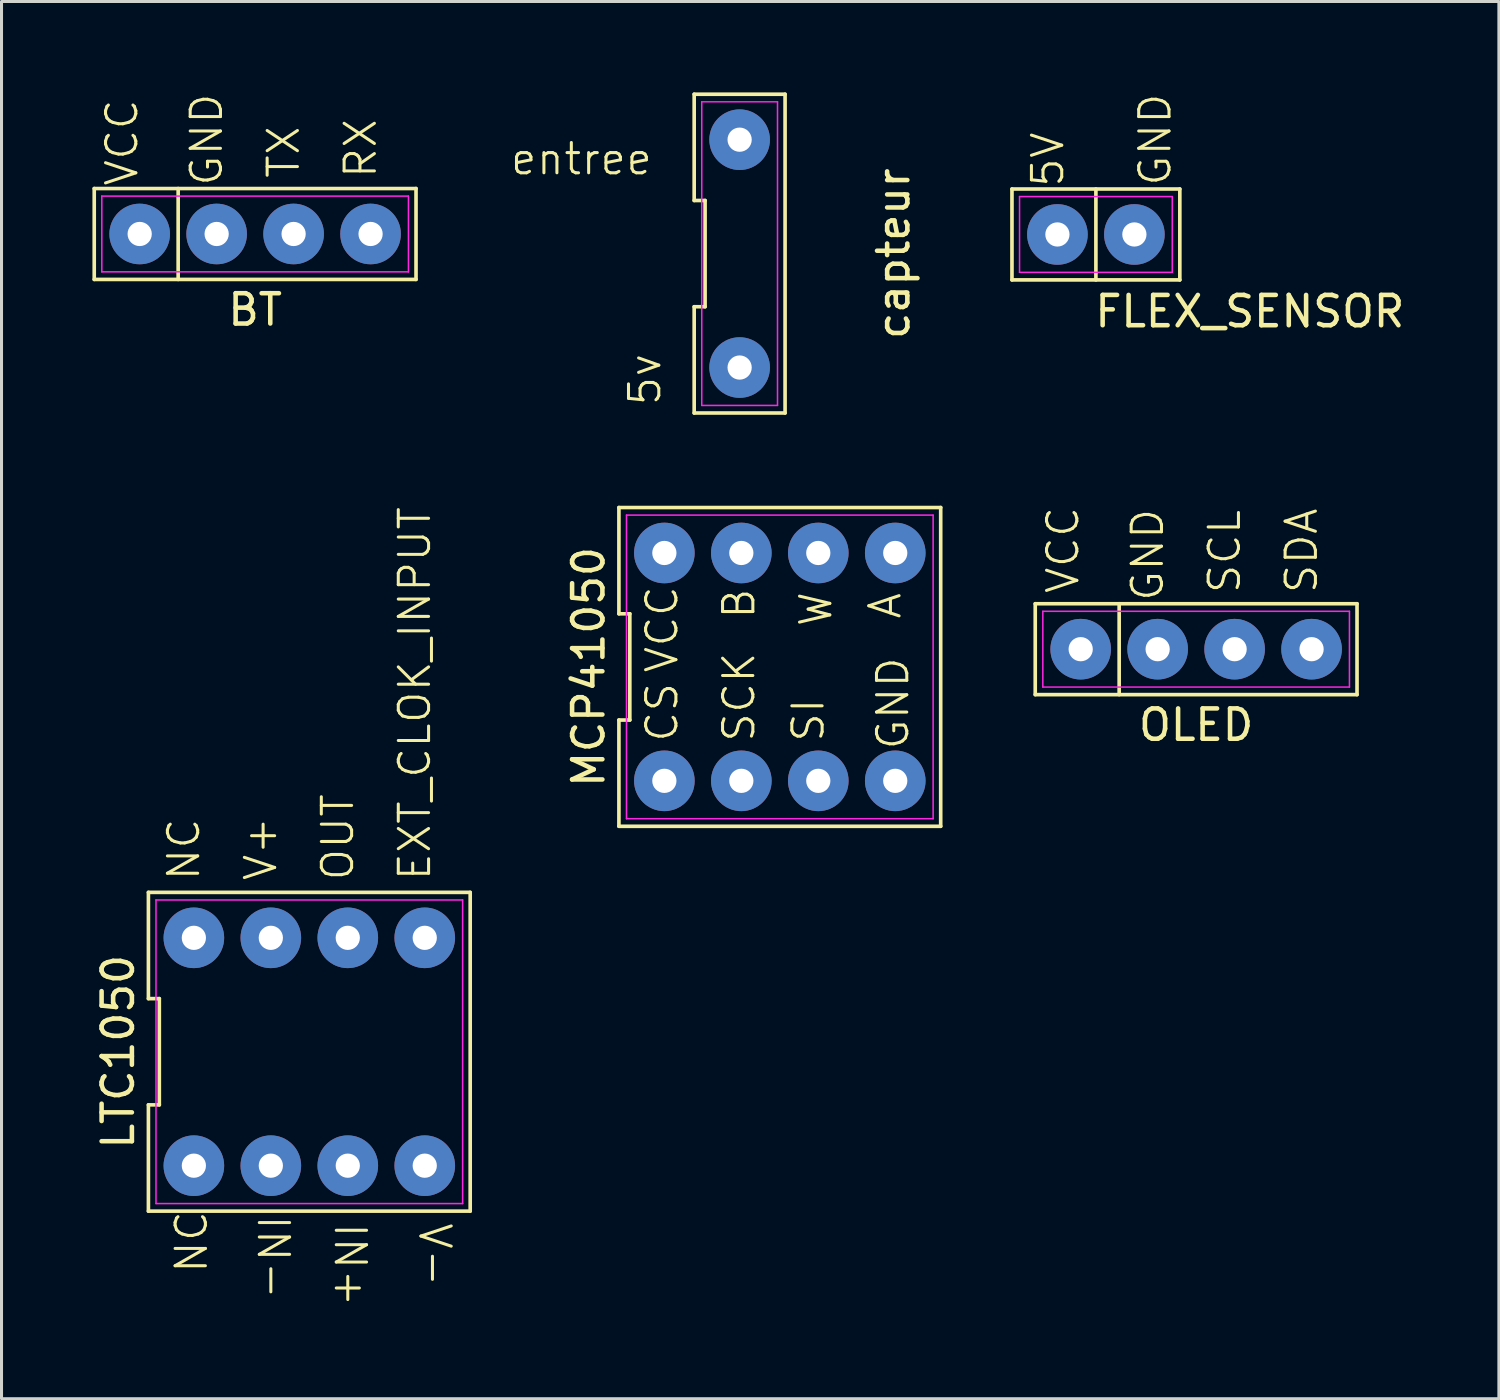
<source format=kicad_pcb>
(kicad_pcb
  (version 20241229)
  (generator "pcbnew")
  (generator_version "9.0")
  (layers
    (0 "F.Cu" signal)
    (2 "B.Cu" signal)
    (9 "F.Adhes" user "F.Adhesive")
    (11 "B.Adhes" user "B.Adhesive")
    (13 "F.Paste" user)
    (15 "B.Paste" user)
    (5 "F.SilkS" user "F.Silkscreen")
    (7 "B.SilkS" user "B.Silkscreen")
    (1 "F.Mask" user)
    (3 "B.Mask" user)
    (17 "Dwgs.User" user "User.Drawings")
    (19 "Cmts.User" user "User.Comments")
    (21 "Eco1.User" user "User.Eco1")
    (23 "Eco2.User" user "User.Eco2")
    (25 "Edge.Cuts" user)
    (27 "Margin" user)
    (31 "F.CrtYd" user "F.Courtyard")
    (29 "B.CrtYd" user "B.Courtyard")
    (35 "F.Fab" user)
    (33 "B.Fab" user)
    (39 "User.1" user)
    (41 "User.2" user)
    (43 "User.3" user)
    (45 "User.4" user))
  (footprint "LTC1050"
    (layer "F.Cu")
    (at 7.158 31.661)
    (property "Reference" "LTC1050" (at -6.31 0 90) (layer "F.SilkS") (effects (font (size 1 1) (thickness 0.15))))
    (attr through_hole)
    (fp_line (start -5.31 -5.26) (end -5.31 -1.753) (stroke (width 0.12) (type default)) (layer "F.SilkS"))
    (fp_line (start -5.31 -1.753) (end -4.95 -1.753) (stroke (width 0.12) (type default)) (layer "F.SilkS"))
    (fp_line (start -5.31 1.753) (end -5.31 5.26) (stroke (width 0.12) (type default)) (layer "F.SilkS"))
    (fp_line (start -5.31 5.26) (end 5.31 5.26) (stroke (width 0.12) (type default)) (layer "F.SilkS"))
    (fp_line (start -4.95 -1.753) (end -4.95 1.753) (stroke (width 0.12) (type default)) (layer "F.SilkS"))
    (fp_line (start -4.95 1.753) (end -5.31 1.753) (stroke (width 0.12) (type default)) (layer "F.SilkS"))
    (fp_line (start 5.31 -5.26) (end -5.31 -5.26) (stroke (width 0.12) (type default)) (layer "F.SilkS"))
    (fp_line (start 5.31 5.26) (end 5.31 -5.26) (stroke (width 0.12) (type default)) (layer "F.SilkS"))
    (fp_line (start -5.06 -5.01) (end 5.06 -5.01) (stroke (width 0.05) (type default)) (layer "F.CrtYd"))
    (fp_line (start -5.06 5.01) (end -5.06 -5.01) (stroke (width 0.05) (type default)) (layer "F.CrtYd"))
    (fp_line (start 5.06 -5.01) (end 5.06 5.01) (stroke (width 0.05) (type default)) (layer "F.CrtYd"))
    (fp_line (start 5.06 5.01) (end -5.06 5.01) (stroke (width 0.05) (type default)) (layer "F.CrtYd"))
    (fp_text user "V+" (at -1.016 -5.588 90) (unlocked yes) (layer "F.SilkS") (effects (font (size 1 1) (thickness 0.1)) (justify left bottom)))
    (fp_text user "OUT" (at 1.524 -5.588 90) (unlocked yes) (layer "F.SilkS") (effects (font (size 1 1) (thickness 0.1)) (justify left bottom)))
    (fp_text user "IN-" (at -1.778 5.334 270) (unlocked yes) (layer "F.SilkS") (effects (font (size 1 1) (thickness 0.1)) (justify left bottom)))
    (fp_text user "NC" (at -3.556 -5.588 90) (unlocked yes) (layer "F.SilkS") (effects (font (size 1 1) (thickness 0.1)) (justify left bottom)))
    (fp_text user "V-" (at 3.556 5.588 270) (unlocked yes) (layer "F.SilkS") (effects (font (size 1 1) (thickness 0.1)) (justify left bottom)))
    (fp_text user "EXT_CLOK_INPUT" (at 4.064 -5.588 90) (unlocked yes) (layer "F.SilkS") (effects (font (size 1 1) (thickness 0.1)) (justify left bottom)))
    (fp_text user "IN+" (at 0.762 5.588 270) (unlocked yes) (layer "F.SilkS") (effects (font (size 1 1) (thickness 0.1)) (justify left bottom)))
    (fp_text user "NC" (at -3.302 7.366 90) (unlocked yes) (layer "F.SilkS") (effects (font (size 1 1) (thickness 0.1)) (justify left bottom)))
    (pad "1" thru_hole circle (at -3.81 3.76) (size 2 2) (drill 0.8) (layers "*.Cu" "*.Mask"))
    (pad "2" thru_hole circle (at -1.27 3.76) (size 2 2) (drill 0.8) (layers "*.Cu" "*.Mask"))
    (pad "3" thru_hole circle (at 1.27 3.76) (size 2 2) (drill 0.8) (layers "*.Cu" "*.Mask"))
    (pad "4" thru_hole circle (at 3.81 3.76) (size 2 2) (drill 0.8) (layers "*.Cu" "*.Mask"))
    (pad "5" thru_hole circle (at 3.81 -3.76) (size 2 2) (drill 0.8) (layers "*.Cu" "*.Mask"))
    (pad "6" thru_hole circle (at 1.27 -3.76) (size 2 2) (drill 0.8) (layers "*.Cu" "*.Mask"))
    (pad "7" thru_hole circle (at -1.27 -3.76) (size 2 2) (drill 0.8) (layers "*.Cu" "*.Mask"))
    (pad "8" thru_hole circle (at -3.81 -3.76) (size 2 2) (drill 0.8) (layers "*.Cu" "*.Mask")))
  (footprint "MCP41050"
    (layer "F.Cu")
    (at 23.424 18.526)
    (property "Reference" "MCP41050" (at -7.048 0.434 90) (layer "F.SilkS") (effects (font (size 1 1) (thickness 0.15))))
    (attr through_hole)
    (fp_line (start -6.048 -4.826) (end -6.048 -1.319) (stroke (width 0.12) (type default)) (layer "F.SilkS"))
    (fp_line (start -6.048 -1.319) (end -5.688 -1.319) (stroke (width 0.12) (type default)) (layer "F.SilkS"))
    (fp_line (start -6.048 2.187) (end -6.048 5.694) (stroke (width 0.12) (type default)) (layer "F.SilkS"))
    (fp_line (start -6.048 5.694) (end 4.572 5.694) (stroke (width 0.12) (type default)) (layer "F.SilkS"))
    (fp_line (start -5.688 -1.319) (end -5.688 2.187) (stroke (width 0.12) (type default)) (layer "F.SilkS"))
    (fp_line (start -5.688 2.187) (end -6.048 2.187) (stroke (width 0.12) (type default)) (layer "F.SilkS"))
    (fp_line (start 4.572 -4.826) (end -6.048 -4.826) (stroke (width 0.12) (type default)) (layer "F.SilkS"))
    (fp_line (start 4.572 5.694) (end 4.572 -4.826) (stroke (width 0.12) (type default)) (layer "F.SilkS"))
    (fp_line (start -5.798 -4.576) (end 4.322 -4.576) (stroke (width 0.05) (type default)) (layer "F.CrtYd"))
    (fp_line (start -5.798 5.444) (end -5.798 -4.576) (stroke (width 0.05) (type default)) (layer "F.CrtYd"))
    (fp_line (start 4.322 -4.576) (end 4.322 5.444) (stroke (width 0.05) (type default)) (layer "F.CrtYd"))
    (fp_line (start 4.322 5.444) (end -5.798 5.444) (stroke (width 0.05) (type default)) (layer "F.CrtYd"))
    (fp_text user "GND" (at 3.58 3.228 90) (unlocked yes) (layer "F.SilkS") (effects (font (size 1 1) (thickness 0.1)) (justify left bottom)))
    (fp_text user "A" (at 3.326 -1.09 90) (unlocked yes) (layer "F.SilkS") (effects (font (size 1 1) (thickness 0.1)) (justify left bottom)))
    (fp_text user "SI" (at 0.786 2.974 90) (unlocked yes) (layer "F.SilkS") (effects (font (size 1 1) (thickness 0.1)) (justify left bottom)))
    (fp_text user "VCC" (at -4.04 0.688 90) (unlocked yes) (layer "F.SilkS") (effects (font (size 1 1) (thickness 0.1)) (justify left bottom)))
    (fp_text user "W" (at 1.04 -0.836 90) (unlocked yes) (layer "F.SilkS") (effects (font (size 1 1) (thickness 0.1)) (justify left bottom)))
    (fp_text user "B" (at -1.5 -1.09 90) (unlocked yes) (layer "F.SilkS") (effects (font (size 1 1) (thickness 0.1)) (justify left bottom)))
    (fp_text user "SCK" (at -1.5 2.974 90) (unlocked yes) (layer "F.SilkS") (effects (font (size 1 1) (thickness 0.1)) (justify left bottom)))
    (fp_text user "CS" (at -4.04 2.974 90) (unlocked yes) (layer "F.SilkS") (effects (font (size 1 1) (thickness 0.1)) (justify left bottom)))
    (pad "1" thru_hole circle (at -4.548 4.194) (size 2 2) (drill 0.8) (layers "*.Cu" "*.Mask"))
    (pad "2" thru_hole circle (at -2.008 4.194) (size 2 2) (drill 0.8) (layers "*.Cu" "*.Mask"))
    (pad "3" thru_hole circle (at 0.532 4.194) (size 2 2) (drill 0.8) (layers "*.Cu" "*.Mask"))
    (pad "4" thru_hole circle (at 3.072 4.194) (size 2 2) (drill 0.8) (layers "*.Cu" "*.Mask"))
    (pad "5" thru_hole circle (at 3.072 -3.326) (size 2 2) (drill 0.8) (layers "*.Cu" "*.Mask"))
    (pad "6" thru_hole circle (at 0.532 -3.326) (size 2 2) (drill 0.8) (layers "*.Cu" "*.Mask"))
    (pad "7" thru_hole circle (at -2.008 -3.326) (size 2 2) (drill 0.8) (layers "*.Cu" "*.Mask"))
    (pad "8" thru_hole circle (at -4.548 -3.326) (size 2 2) (drill 0.8) (layers "*.Cu" "*.Mask")))
  (footprint "BT"
    (layer "F.Cu")
    (at 5.37 4.672)
    (property "Reference" "BT" (at 0 2.5 0) (layer "F.SilkS") (effects (font (size 1 1) (thickness 0.15))))
    (attr through_hole)
    (fp_line (start -5.31 -1.5) (end 5.31 -1.5) (stroke (width 0.12) (type default)) (layer "F.SilkS"))
    (fp_line (start -5.31 1.5) (end -5.31 -1.5) (stroke (width 0.12) (type default)) (layer "F.SilkS"))
    (fp_line (start -2.54 -1.5) (end -2.54 1.5) (stroke (width 0.12) (type default)) (layer "F.SilkS"))
    (fp_line (start 5.31 -1.5) (end 5.31 1.5) (stroke (width 0.12) (type default)) (layer "F.SilkS"))
    (fp_line (start 5.31 1.5) (end -5.31 1.5) (stroke (width 0.12) (type default)) (layer "F.SilkS"))
    (fp_line (start -5.06 -1.25) (end 5.06 -1.25) (stroke (width 0.05) (type default)) (layer "F.CrtYd"))
    (fp_line (start -5.06 1.25) (end -5.06 -1.25) (stroke (width 0.05) (type default)) (layer "F.CrtYd"))
    (fp_line (start 5.06 -1.25) (end 5.06 1.25) (stroke (width 0.05) (type default)) (layer "F.CrtYd"))
    (fp_line (start 5.06 1.25) (end -5.06 1.25) (stroke (width 0.05) (type default)) (layer "F.CrtYd"))
    (fp_text user "TX" (at 1.524 -1.778 90) (unlocked yes) (layer "F.SilkS") (effects (font (size 1 1) (thickness 0.1)) (justify left bottom)))
    (fp_text user "RX" (at 4.064 -1.778 90) (unlocked yes) (layer "F.SilkS") (effects (font (size 1 1) (thickness 0.1)) (justify left bottom)))
    (fp_text user "VCC" (at -3.81 -1.524 90) (unlocked yes) (layer "F.SilkS") (effects (font (size 1 1) (thickness 0.1)) (justify left bottom)))
    (fp_text user "GND" (at -1.016 -1.524 90) (unlocked yes) (layer "F.SilkS") (effects (font (size 1 1) (thickness 0.1)) (justify left bottom)))
    (pad "1" thru_hole circle (at -3.81 0) (size 2 2) (drill 0.8) (layers "*.Cu" "*.Mask"))
    (pad "2" thru_hole circle (at -1.27 0) (size 2 2) (drill 0.8) (layers "*.Cu" "*.Mask"))
    (pad "3" thru_hole circle (at 1.27 0) (size 2 2) (drill 0.8) (layers "*.Cu" "*.Mask"))
    (pad "4" thru_hole circle (at 3.81 0) (size 2 2) (drill 0.8) (layers "*.Cu" "*.Mask")))
  (footprint "OLED"
    (layer "F.Cu")
    (at 36.426 18.375)
    (property "Reference" "OLED" (at 0 2.5 0) (layer "F.SilkS") (effects (font (size 1 1) (thickness 0.15))))
    (attr through_hole)
    (fp_line (start -5.31 -1.5) (end 5.31 -1.5) (stroke (width 0.12) (type default)) (layer "F.SilkS"))
    (fp_line (start -5.31 1.5) (end -5.31 -1.5) (stroke (width 0.12) (type default)) (layer "F.SilkS"))
    (fp_line (start -2.54 -1.5) (end -2.54 1.5) (stroke (width 0.12) (type default)) (layer "F.SilkS"))
    (fp_line (start 5.31 -1.5) (end 5.31 1.5) (stroke (width 0.12) (type default)) (layer "F.SilkS"))
    (fp_line (start 5.31 1.5) (end -5.31 1.5) (stroke (width 0.12) (type default)) (layer "F.SilkS"))
    (fp_line (start -5.06 -1.25) (end 5.06 -1.25) (stroke (width 0.05) (type default)) (layer "F.CrtYd"))
    (fp_line (start -5.06 1.25) (end -5.06 -1.25) (stroke (width 0.05) (type default)) (layer "F.CrtYd"))
    (fp_line (start 5.06 -1.25) (end 5.06 1.25) (stroke (width 0.05) (type default)) (layer "F.CrtYd"))
    (fp_line (start 5.06 1.25) (end -5.06 1.25) (stroke (width 0.05) (type default)) (layer "F.CrtYd"))
    (fp_text user "GND" (at -1.016 -1.524 90) (unlocked yes) (layer "F.SilkS") (effects (font (size 1 1) (thickness 0.1)) (justify left bottom)))
    (fp_text user "VCC" (at -3.81 -1.778 90) (unlocked yes) (layer "F.SilkS") (effects (font (size 1 1) (thickness 0.1)) (justify left bottom)))
    (fp_text user "SCL" (at 1.524 -1.778 90) (unlocked yes) (layer "F.SilkS") (effects (font (size 1 1) (thickness 0.1)) (justify left bottom)))
    (fp_text user "SDA" (at 4.064 -1.778 90) (unlocked yes) (layer "F.SilkS") (effects (font (size 1 1) (thickness 0.1)) (justify left bottom)))
    (pad "1" thru_hole circle (at -3.81 0) (size 2 2) (drill 0.8) (layers "*.Cu" "*.Mask"))
    (pad "2" thru_hole circle (at -1.27 0) (size 2 2) (drill 0.8) (layers "*.Cu" "*.Mask"))
    (pad "3" thru_hole circle (at 1.27 0) (size 2 2) (drill 0.8) (layers "*.Cu" "*.Mask"))
    (pad "4" thru_hole circle (at 3.81 0) (size 2 2) (drill 0.8) (layers "*.Cu" "*.Mask")))
  (footprint "capteur"
    (layer "F.Cu")
    (at 21.36 5.32)
    (property "Reference" "capteur" (at 5.08 0 90) (layer "F.SilkS") (effects (font (size 1 1) (thickness 0.15))))
    (attr through_hole)
    (fp_line (start -1.5 -1.753) (end -1.14 -1.753) (stroke (width 0.12) (type default)) (layer "F.SilkS"))
    (fp_line (start -1.5 1.753) (end -1.5 5.26) (stroke (width 0.12) (type default)) (layer "F.SilkS"))
    (fp_line (start -1.5 5.26) (end 1.5 5.26) (stroke (width 0.12) (type default)) (layer "F.SilkS"))
    (fp_line (start -1.5 -5.26) (end -1.5 -1.753) (stroke (width 0.12) (type default)) (layer "F.SilkS"))
    (fp_line (start -1.14 -1.753) (end -1.14 1.753) (stroke (width 0.12) (type default)) (layer "F.SilkS"))
    (fp_line (start -1.14 1.753) (end -1.5 1.753) (stroke (width 0.12) (type default)) (layer "F.SilkS"))
    (fp_line (start 1.5 5.26) (end 1.5 -5.26) (stroke (width 0.12) (type default)) (layer "F.SilkS"))
    (fp_line (start 1.5 -5.26) (end -1.5 -5.26) (stroke (width 0.12) (type default)) (layer "F.SilkS"))
    (fp_line (start -1.25 -5.01) (end 1.25 -5.01) (stroke (width 0.05) (type default)) (layer "F.CrtYd"))
    (fp_line (start -1.25 5.01) (end -1.25 -5.01) (stroke (width 0.05) (type default)) (layer "F.CrtYd"))
    (fp_line (start 1.25 -5.01) (end 1.25 5.01) (stroke (width 0.05) (type default)) (layer "F.CrtYd"))
    (fp_line (start 1.25 5.01) (end -1.25 5.01) (stroke (width 0.05) (type default)) (layer "F.CrtYd"))
    (fp_text user "entree" (at -7.62 -2.54 0) (unlocked yes) (layer "F.SilkS") (effects (font (size 1 1) (thickness 0.1)) (justify left bottom)))
    (fp_text user "5v" (at -2.54 5.08 90) (unlocked yes) (layer "F.SilkS") (effects (font (size 1 1) (thickness 0.1)) (justify left bottom)))
    (pad "1" thru_hole circle (at 0 3.76) (size 2 2) (drill 0.8) (layers "*.Cu" "*.Mask"))
    (pad "2" thru_hole circle (at 0 -3.76) (size 2 2) (drill 0.8) (layers "*.Cu" "*.Mask")))
  (footprint "FLEX_SENSOR"
    (layer "F.Cu")
    (at 33.118 4.688)
    (property "Reference" "FLEX_SENSOR" (at 5.08 2.54 0) (layer "F.SilkS") (effects (font (size 1 1) (thickness 0.15))))
    (attr through_hole)
    (fp_line (start -2.77 -1.5) (end 2.77 -1.5) (stroke (width 0.12) (type default)) (layer "F.SilkS"))
    (fp_line (start -2.77 1.5) (end -2.77 -1.5) (stroke (width 0.12) (type default)) (layer "F.SilkS"))
    (fp_line (start 0 -1.5) (end 0 1.5) (stroke (width 0.12) (type default)) (layer "F.SilkS"))
    (fp_line (start 2.77 -1.5) (end 2.77 1.5) (stroke (width 0.12) (type default)) (layer "F.SilkS"))
    (fp_line (start 2.77 1.5) (end -2.77 1.5) (stroke (width 0.12) (type default)) (layer "F.SilkS"))
    (fp_line (start -2.52 -1.25) (end 2.52 -1.25) (stroke (width 0.05) (type default)) (layer "F.CrtYd"))
    (fp_line (start -2.52 1.25) (end -2.52 -1.25) (stroke (width 0.05) (type default)) (layer "F.CrtYd"))
    (fp_line (start 2.52 -1.25) (end 2.52 1.25) (stroke (width 0.05) (type default)) (layer "F.CrtYd"))
    (fp_line (start 2.52 1.25) (end -2.52 1.25) (stroke (width 0.05) (type default)) (layer "F.CrtYd"))
    (fp_text user "5V" (at -1 -1.5 90) (unlocked yes) (layer "F.SilkS") (effects (font (size 1 1) (thickness 0.1)) (justify left bottom)))
    (fp_text user "GND" (at 2.54 -1.54 90) (unlocked yes) (layer "F.SilkS") (effects (font (size 1 1) (thickness 0.1)) (justify left bottom)))
    (pad "1" thru_hole circle (at -1.27 0) (size 2 2) (drill 0.8) (layers "*.Cu" "*.Mask"))
    (pad "2" thru_hole circle (at 1.27 0) (size 2 2) (drill 0.8) (layers "*.Cu" "*.Mask")))
  (gr_rect
    (start -3 -3)
    (end 46.418 43.111)
    (stroke (width 0.1) (type default))
    (fill no)
    (layer "Edge.Cuts")))
</source>
